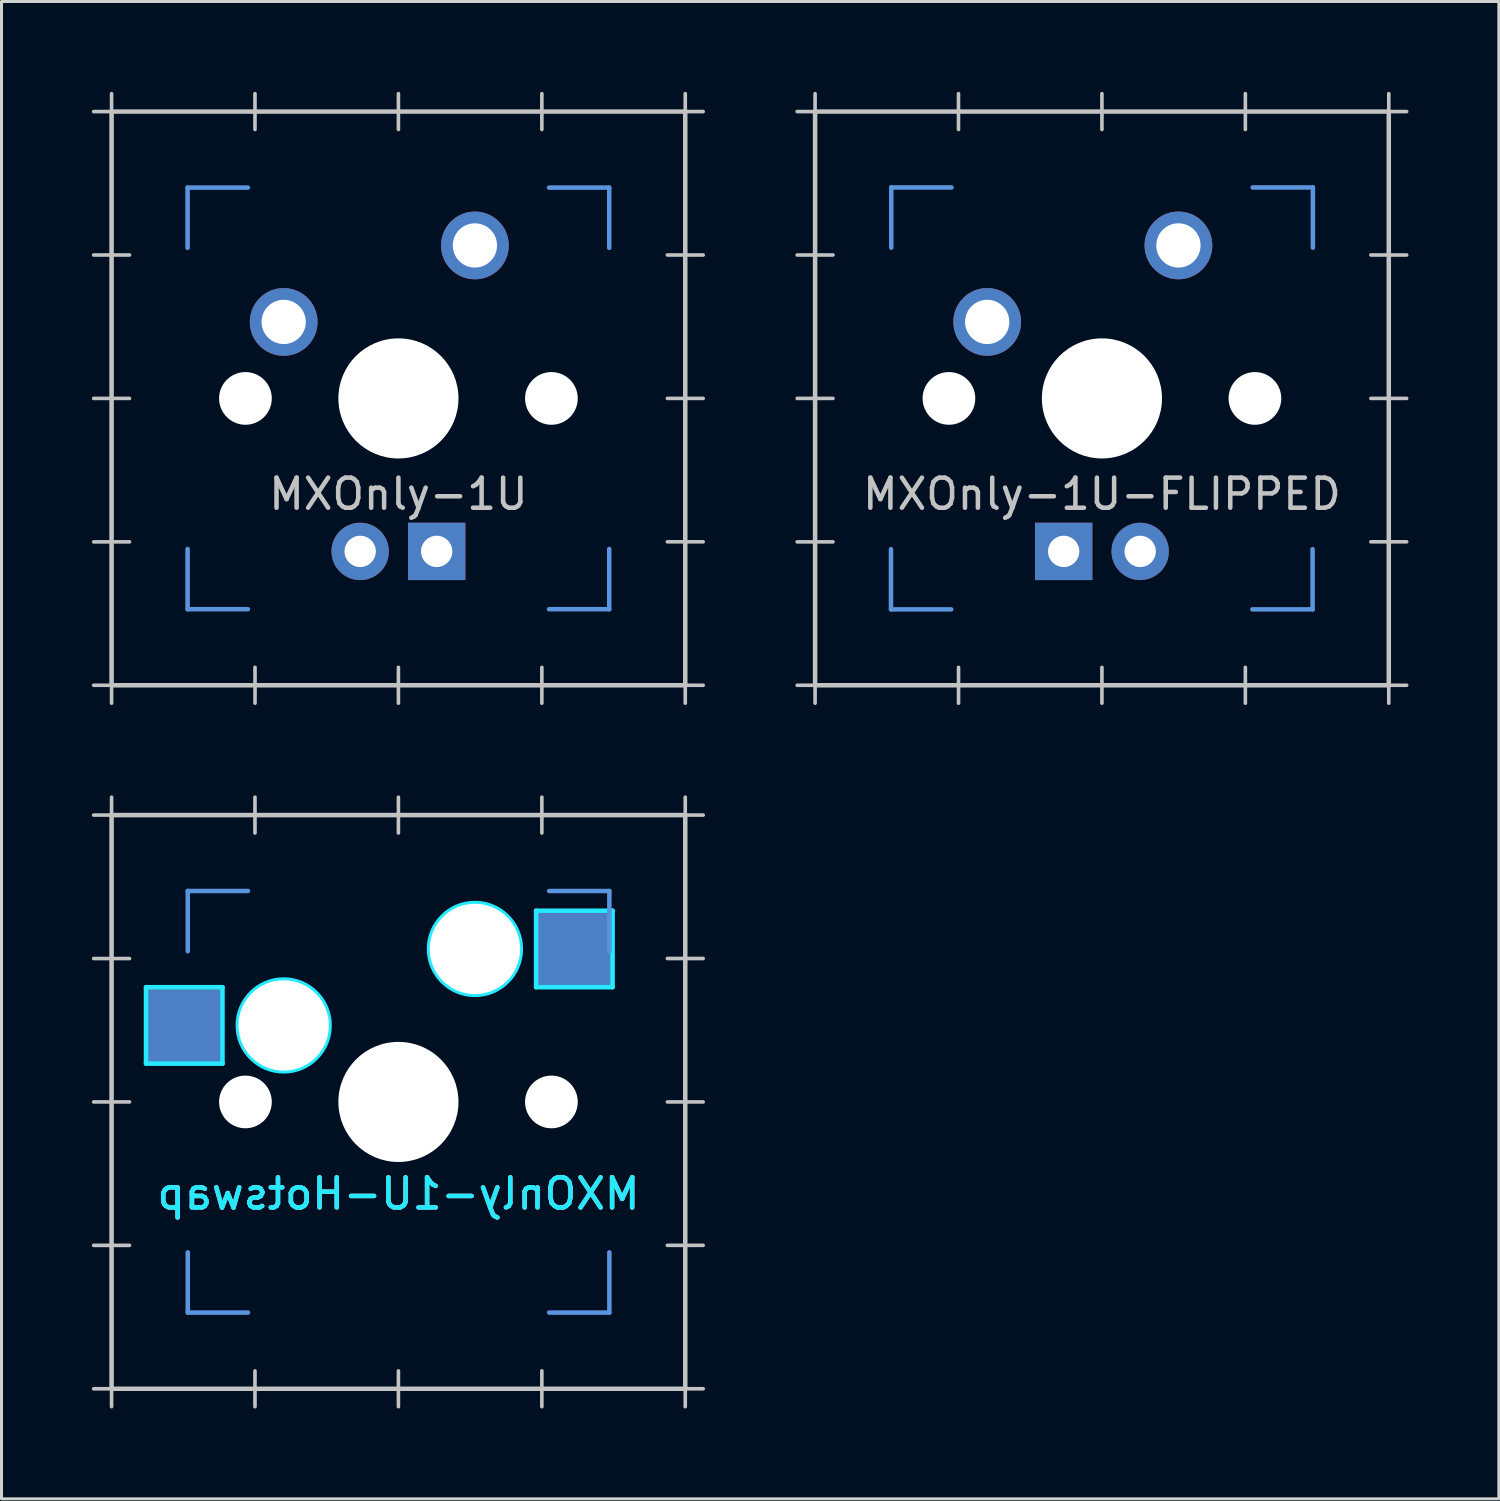
<source format=kicad_pcb>
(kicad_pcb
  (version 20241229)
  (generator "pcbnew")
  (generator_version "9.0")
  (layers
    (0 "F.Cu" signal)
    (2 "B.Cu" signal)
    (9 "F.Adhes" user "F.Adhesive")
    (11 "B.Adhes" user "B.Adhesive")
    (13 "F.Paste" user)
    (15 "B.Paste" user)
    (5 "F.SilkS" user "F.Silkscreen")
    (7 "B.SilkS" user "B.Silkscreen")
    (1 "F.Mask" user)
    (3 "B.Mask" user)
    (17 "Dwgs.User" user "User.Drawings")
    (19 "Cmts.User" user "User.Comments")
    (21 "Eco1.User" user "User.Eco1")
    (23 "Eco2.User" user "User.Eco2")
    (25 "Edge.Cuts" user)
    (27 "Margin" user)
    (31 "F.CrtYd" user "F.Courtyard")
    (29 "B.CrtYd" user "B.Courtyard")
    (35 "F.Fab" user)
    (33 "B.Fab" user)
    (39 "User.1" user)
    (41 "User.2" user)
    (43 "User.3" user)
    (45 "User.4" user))
  (footprint "MXOnly-1U"
    (layer "F.Cu")
    (at 10.18 10.18)
    (property "Reference" "MXOnly-1U" (at 0 3.175 0) (layer "Dwgs.User") (effects (font (size 1 1) (thickness 0.15))))
    (attr through_hole)
    (fp_line (start -10.12 -9.525) (end -9.525 -9.525) (stroke (width 0.12) (type solid)) (layer "Dwgs.User"))
    (fp_line (start -10.12 0) (end -8.93 0) (stroke (width 0.12) (type solid)) (layer "Dwgs.User"))
    (fp_line (start -10.12 4.763) (end -8.93 4.763) (stroke (width 0.12) (type solid)) (layer "Dwgs.User"))
    (fp_line (start -10.12 9.525) (end -9.525 9.525) (stroke (width 0.12) (type solid)) (layer "Dwgs.User"))
    (fp_line (start -9.525 -10.12) (end -9.525 -9.525) (stroke (width 0.12) (type solid)) (layer "Dwgs.User"))
    (fp_line (start -9.525 -9.525) (end 9.525 -9.525) (stroke (width 0.15) (type solid)) (layer "Dwgs.User"))
    (fp_line (start -9.525 9.525) (end -9.525 -9.525) (stroke (width 0.15) (type solid)) (layer "Dwgs.User"))
    (fp_line (start -9.525 10.12) (end -9.525 9.525) (stroke (width 0.12) (type solid)) (layer "Dwgs.User"))
    (fp_line (start -8.93 -4.763) (end -10.12 -4.763) (stroke (width 0.12) (type solid)) (layer "Dwgs.User"))
    (fp_line (start -4.763 -10.12) (end -4.763 -8.93) (stroke (width 0.12) (type solid)) (layer "Dwgs.User"))
    (fp_line (start -4.762 8.93) (end -4.762 10.12) (stroke (width 0.12) (type solid)) (layer "Dwgs.User"))
    (fp_line (start 0 -10.12) (end 0 -8.93) (stroke (width 0.12) (type solid)) (layer "Dwgs.User"))
    (fp_line (start 0.000008 10.12) (end 0.000008 8.93) (stroke (width 0.12) (type solid)) (layer "Dwgs.User"))
    (fp_line (start 4.763 -8.93) (end 4.763 -10.12) (stroke (width 0.12) (type solid)) (layer "Dwgs.User"))
    (fp_line (start 4.763 10.12) (end 4.763 8.93) (stroke (width 0.12) (type solid)) (layer "Dwgs.User"))
    (fp_line (start 8.93 4.762) (end 10.12 4.762) (stroke (width 0.12) (type solid)) (layer "Dwgs.User"))
    (fp_line (start 9.525 -9.525) (end 9.525 9.525) (stroke (width 0.15) (type solid)) (layer "Dwgs.User"))
    (fp_line (start 9.525 9.525) (end -9.525 9.525) (stroke (width 0.15) (type solid)) (layer "Dwgs.User"))
    (fp_line (start 9.525 -10.12) (end 9.525 -9.525) (stroke (width 0.12) (type solid)) (layer "Dwgs.User"))
    (fp_line (start 9.525 10.12) (end 9.525 9.525) (stroke (width 0.12) (type solid)) (layer "Dwgs.User"))
    (fp_line (start 10.12 -9.525) (end 9.525 -9.525) (stroke (width 0.12) (type solid)) (layer "Dwgs.User"))
    (fp_line (start 10.12 -4.763) (end 8.93 -4.763) (stroke (width 0.12) (type solid)) (layer "Dwgs.User"))
    (fp_line (start 10.12 -0.000008) (end 8.93 -0.000008) (stroke (width 0.12) (type solid)) (layer "Dwgs.User"))
    (fp_line (start 10.12 9.525) (end 9.525 9.525) (stroke (width 0.12) (type solid)) (layer "Dwgs.User"))
    (fp_line (start -7 -7) (end -7 -5) (stroke (width 0.15) (type solid)) (layer "Cmts.User"))
    (fp_line (start -7 7) (end -7 5) (stroke (width 0.15) (type solid)) (layer "Cmts.User"))
    (fp_line (start -5 -7) (end -7 -7) (stroke (width 0.15) (type solid)) (layer "Cmts.User"))
    (fp_line (start -5 7) (end -7 7) (stroke (width 0.15) (type solid)) (layer "Cmts.User"))
    (fp_line (start 5 -7) (end 7 -7) (stroke (width 0.15) (type solid)) (layer "Cmts.User"))
    (fp_line (start 7 -7) (end 7 -5) (stroke (width 0.15) (type solid)) (layer "Cmts.User"))
    (fp_line (start 7 5) (end 7 7) (stroke (width 0.15) (type solid)) (layer "Cmts.User"))
    (fp_line (start 7 7) (end 5 7) (stroke (width 0.15) (type solid)) (layer "Cmts.User"))
    (pad "" np_thru_hole circle (at -5.08 0 48.1) (size 1.75 1.75) (drill 1.75) (layers "*.Cu" "*.Mask"))
    (pad "" np_thru_hole circle (at 0 0) (size 3.988 3.988) (drill 3.988) (layers "*.Cu" "*.Mask"))
    (pad "" np_thru_hole circle (at 5.08 0 48.1) (size 1.75 1.75) (drill 1.75) (layers "*.Cu" "*.Mask"))
    (pad "1" thru_hole circle (at -3.81 -2.54) (size 2.25 2.25) (drill 1.47) (layers "*.Cu" "B.Mask"))
    (pad "2" thru_hole circle (at 2.54 -5.08) (size 2.25 2.25) (drill 1.47) (layers "*.Cu" "B.Mask"))
    (pad "3" thru_hole circle (at -1.27 5.08) (size 1.905 1.905) (drill 1.04) (layers "*.Cu" "B.Mask"))
    (pad "4" thru_hole rect (at 1.27 5.08) (size 1.905 1.905) (drill 1.04) (layers "*.Cu" "B.Mask")))
  (footprint "MXOnly-1U-FLIPPED"
    (layer "F.Cu")
    (at 33.541 10.18)
    (property "Reference" "MXOnly-1U-FLIPPED" (at 0 3.175 0) (layer "Dwgs.User") (effects (font (size 1 1) (thickness 0.15))))
    (attr through_hole)
    (fp_line (start -10.12 -9.525) (end -9.525 -9.525) (stroke (width 0.12) (type solid)) (layer "Dwgs.User"))
    (fp_line (start -10.12 0.000008) (end -8.93 0.000008) (stroke (width 0.12) (type solid)) (layer "Dwgs.User"))
    (fp_line (start -10.12 4.763) (end -8.93 4.763) (stroke (width 0.12) (type solid)) (layer "Dwgs.User"))
    (fp_line (start -10.12 9.525) (end -9.525 9.525) (stroke (width 0.12) (type solid)) (layer "Dwgs.User"))
    (fp_line (start -9.525 -10.12) (end -9.525 -9.525) (stroke (width 0.12) (type solid)) (layer "Dwgs.User"))
    (fp_line (start -9.525 -9.525) (end 9.525 -9.525) (stroke (width 0.15) (type solid)) (layer "Dwgs.User"))
    (fp_line (start -9.525 9.525) (end -9.525 -9.525) (stroke (width 0.15) (type solid)) (layer "Dwgs.User"))
    (fp_line (start -9.525 10.12) (end -9.525 9.525) (stroke (width 0.12) (type solid)) (layer "Dwgs.User"))
    (fp_line (start -8.93 -4.762) (end -10.12 -4.762) (stroke (width 0.12) (type solid)) (layer "Dwgs.User"))
    (fp_line (start -4.763 -10.12) (end -4.763 -8.93) (stroke (width 0.12) (type solid)) (layer "Dwgs.User"))
    (fp_line (start -4.762 8.93) (end -4.762 10.12) (stroke (width 0.12) (type solid)) (layer "Dwgs.User"))
    (fp_line (start 0 -10.12) (end 0 -8.93) (stroke (width 0.12) (type solid)) (layer "Dwgs.User"))
    (fp_line (start 0.000008 10.12) (end 0.000008 8.93) (stroke (width 0.12) (type solid)) (layer "Dwgs.User"))
    (fp_line (start 4.763 -8.93) (end 4.763 -10.12) (stroke (width 0.12) (type solid)) (layer "Dwgs.User"))
    (fp_line (start 4.763 10.12) (end 4.763 8.93) (stroke (width 0.12) (type solid)) (layer "Dwgs.User"))
    (fp_line (start 8.93 4.762) (end 10.12 4.762) (stroke (width 0.12) (type solid)) (layer "Dwgs.User"))
    (fp_line (start 9.525 -9.525) (end 9.525 9.525) (stroke (width 0.15) (type solid)) (layer "Dwgs.User"))
    (fp_line (start 9.525 9.525) (end -9.525 9.525) (stroke (width 0.15) (type solid)) (layer "Dwgs.User"))
    (fp_line (start 9.525 -10.12) (end 9.525 -9.525) (stroke (width 0.12) (type solid)) (layer "Dwgs.User"))
    (fp_line (start 9.525 10.12) (end 9.525 9.525) (stroke (width 0.12) (type solid)) (layer "Dwgs.User"))
    (fp_line (start 10.12 -9.525) (end 9.525 -9.525) (stroke (width 0.12) (type solid)) (layer "Dwgs.User"))
    (fp_line (start 10.12 -4.763) (end 8.93 -4.763) (stroke (width 0.12) (type solid)) (layer "Dwgs.User"))
    (fp_line (start 10.12 -0.000008) (end 8.93 -0.000008) (stroke (width 0.12) (type solid)) (layer "Dwgs.User"))
    (fp_line (start 10.12 9.525) (end 9.525 9.525) (stroke (width 0.12) (type solid)) (layer "Dwgs.User"))
    (fp_line (start -7.005 7.005) (end -7.005 5.005) (stroke (width 0.15) (type solid)) (layer "Cmts.User"))
    (fp_line (start -6.995 -7.005) (end -6.995 -5.005) (stroke (width 0.15) (type solid)) (layer "Cmts.User"))
    (fp_line (start -5.005 7.005) (end -7.005 7.005) (stroke (width 0.15) (type solid)) (layer "Cmts.User"))
    (fp_line (start -4.995 -7.005) (end -6.995 -7.005) (stroke (width 0.15) (type solid)) (layer "Cmts.User"))
    (fp_line (start 4.995 7.005) (end 6.995 7.005) (stroke (width 0.15) (type solid)) (layer "Cmts.User"))
    (fp_line (start 5.005 -7.005) (end 7.005 -7.005) (stroke (width 0.15) (type solid)) (layer "Cmts.User"))
    (fp_line (start 6.995 7.005) (end 6.995 5.005) (stroke (width 0.15) (type solid)) (layer "Cmts.User"))
    (fp_line (start 7.005 -7.005) (end 7.005 -5.005) (stroke (width 0.15) (type solid)) (layer "Cmts.User"))
    (pad "" np_thru_hole circle (at -5.08 0 48.1) (size 1.75 1.75) (drill 1.75) (layers "*.Cu" "*.Mask"))
    (pad "" np_thru_hole circle (at 0 0) (size 3.988 3.988) (drill 3.988) (layers "*.Cu" "*.Mask"))
    (pad "" np_thru_hole circle (at 5.08 0 48.1) (size 1.75 1.75) (drill 1.75) (layers "*.Cu" "*.Mask"))
    (pad "1" thru_hole circle (at -3.81 -2.54) (size 2.25 2.25) (drill 1.47) (layers "*.Cu" "B.Mask"))
    (pad "2" thru_hole circle (at 2.54 -5.08) (size 2.25 2.25) (drill 1.47) (layers "*.Cu" "B.Mask"))
    (pad "3" thru_hole circle (at 1.27 5.08) (size 1.905 1.905) (drill 1.04) (layers "*.Cu" "B.Mask"))
    (pad "4" thru_hole rect (at -1.27 5.08) (size 1.905 1.905) (drill 1.04) (layers "*.Cu" "B.Mask")))
  (footprint "MXOnly-1U-Hotswap"
    (layer "F.Cu")
    (at 10.18 33.541)
    (property "Reference" "MXOnly-1U-Hotswap" (at 0 3.048 0) (layer "B.CrtYd") (effects (font (size 1 1) (thickness 0.15)) (justify mirror)))
    (attr smd)
    (fp_line (start -10.12 -9.525) (end -9.525 -9.525) (stroke (width 0.12) (type solid)) (layer "Dwgs.User"))
    (fp_line (start -10.12 0.000008) (end -8.93 0.000008) (stroke (width 0.12) (type solid)) (layer "Dwgs.User"))
    (fp_line (start -10.12 4.763) (end -8.93 4.763) (stroke (width 0.12) (type solid)) (layer "Dwgs.User"))
    (fp_line (start -10.12 9.525) (end -9.525 9.525) (stroke (width 0.12) (type solid)) (layer "Dwgs.User"))
    (fp_line (start -9.525 -10.12) (end -9.525 -9.525) (stroke (width 0.12) (type solid)) (layer "Dwgs.User"))
    (fp_line (start -9.525 10.12) (end -9.525 9.525) (stroke (width 0.12) (type solid)) (layer "Dwgs.User"))
    (fp_line (start -9.525 -9.525) (end 9.525 -9.525) (stroke (width 0.15) (type solid)) (layer "Dwgs.User"))
    (fp_line (start -9.525 9.525) (end -9.525 -9.525) (stroke (width 0.15) (type solid)) (layer "Dwgs.User"))
    (fp_line (start -8.93 -4.762) (end -10.12 -4.762) (stroke (width 0.12) (type solid)) (layer "Dwgs.User"))
    (fp_line (start -4.763 -10.12) (end -4.763 -8.93) (stroke (width 0.12) (type solid)) (layer "Dwgs.User"))
    (fp_line (start -4.763 8.93) (end -4.763 10.12) (stroke (width 0.12) (type solid)) (layer "Dwgs.User"))
    (fp_line (start 0 -10.12) (end 0 -8.93) (stroke (width 0.12) (type solid)) (layer "Dwgs.User"))
    (fp_line (start 0 10.12) (end 0 8.93) (stroke (width 0.12) (type solid)) (layer "Dwgs.User"))
    (fp_line (start 4.763 -8.93) (end 4.763 -10.12) (stroke (width 0.12) (type solid)) (layer "Dwgs.User"))
    (fp_line (start 4.763 10.12) (end 4.763 8.93) (stroke (width 0.12) (type solid)) (layer "Dwgs.User"))
    (fp_line (start 8.93 4.762) (end 10.12 4.762) (stroke (width 0.12) (type solid)) (layer "Dwgs.User"))
    (fp_line (start 9.525 -9.525) (end 9.525 9.525) (stroke (width 0.15) (type solid)) (layer "Dwgs.User"))
    (fp_line (start 9.525 9.525) (end -9.525 9.525) (stroke (width 0.15) (type solid)) (layer "Dwgs.User"))
    (fp_line (start 9.525 -10.12) (end 9.525 -9.525) (stroke (width 0.12) (type solid)) (layer "Dwgs.User"))
    (fp_line (start 9.525 10.12) (end 9.525 9.525) (stroke (width 0.12) (type solid)) (layer "Dwgs.User"))
    (fp_line (start 10.12 -9.525) (end 9.525 -9.525) (stroke (width 0.12) (type solid)) (layer "Dwgs.User"))
    (fp_line (start 10.12 -4.763) (end 8.93 -4.763) (stroke (width 0.12) (type solid)) (layer "Dwgs.User"))
    (fp_line (start 10.12 -0.000008) (end 8.93 -0.000008) (stroke (width 0.12) (type solid)) (layer "Dwgs.User"))
    (fp_line (start 10.12 9.525) (end 9.525 9.525) (stroke (width 0.12) (type solid)) (layer "Dwgs.User"))
    (fp_line (start -6.995 -7.005) (end -6.995 -5.005) (stroke (width 0.15) (type solid)) (layer "Cmts.User"))
    (fp_line (start -6.995 6.995) (end -6.995 4.995) (stroke (width 0.15) (type solid)) (layer "Cmts.User"))
    (fp_line (start -4.995 -7.005) (end -6.995 -7.005) (stroke (width 0.15) (type solid)) (layer "Cmts.User"))
    (fp_line (start -4.995 6.995) (end -6.995 6.995) (stroke (width 0.15) (type solid)) (layer "Cmts.User"))
    (fp_line (start 5.005 -7.005) (end 7.005 -7.005) (stroke (width 0.15) (type solid)) (layer "Cmts.User"))
    (fp_line (start 5.005 6.995) (end 7.005 6.995) (stroke (width 0.15) (type solid)) (layer "Cmts.User"))
    (fp_line (start 7.005 -7.005) (end 7.005 -5.005) (stroke (width 0.15) (type solid)) (layer "Cmts.User"))
    (fp_line (start 7.005 6.995) (end 7.005 4.995) (stroke (width 0.15) (type solid)) (layer "Cmts.User"))
    (fp_line (start -8.382 -3.81) (end -8.382 -1.27) (stroke (width 0.15) (type solid)) (layer "B.CrtYd"))
    (fp_line (start -8.382 -1.27) (end -5.842 -1.27) (stroke (width 0.15) (type solid)) (layer "B.CrtYd"))
    (fp_line (start -5.842 -3.81) (end -8.382 -3.81) (stroke (width 0.15) (type solid)) (layer "B.CrtYd"))
    (fp_line (start -5.842 -1.27) (end -5.842 -3.81) (stroke (width 0.15) (type solid)) (layer "B.CrtYd"))
    (fp_line (start 4.572 -6.35) (end 7.112 -6.35) (stroke (width 0.15) (type solid)) (layer "B.CrtYd"))
    (fp_line (start 4.572 -3.81) (end 4.572 -6.35) (stroke (width 0.15) (type solid)) (layer "B.CrtYd"))
    (fp_line (start 7.112 -6.35) (end 7.112 -3.81) (stroke (width 0.15) (type solid)) (layer "B.CrtYd"))
    (fp_line (start 7.112 -3.81) (end 4.572 -3.81) (stroke (width 0.15) (type solid)) (layer "B.CrtYd"))
    (fp_circle (center -3.81 -2.54) (end -3.81 -4.064) (stroke (width 0.15) (type solid)) (fill no) (layer "B.CrtYd"))
    (fp_circle (center 2.54 -5.08) (end 2.54 -6.604) (stroke (width 0.15) (type solid)) (fill no) (layer "B.CrtYd"))
    (fp_text user "${REFERENCE}" (at 0 3.048 0) (layer "B.SilkS") (effects (font (size 1 1) (thickness 0.15)) (justify mirror)))
    (pad "" np_thru_hole circle (at -5.08 0 48.1) (size 1.75 1.75) (drill 1.75) (layers "*.Cu" "*.Mask"))
    (pad "" np_thru_hole circle (at -3.81 -2.54) (size 3 3) (drill 3) (layers "*.Cu" "*.Mask"))
    (pad "" np_thru_hole circle (at 0 0) (size 3.988 3.988) (drill 3.988) (layers "*.Cu" "*.Mask"))
    (pad "" np_thru_hole circle (at 2.54 -5.08) (size 3 3) (drill 3) (layers "*.Cu" "*.Mask"))
    (pad "" np_thru_hole circle (at 5.08 0 48.1) (size 1.75 1.75) (drill 1.75) (layers "*.Cu" "*.Mask"))
    (pad "1" smd rect (at -7.085 -2.54) (size 2.55 2.5) (layers "B.Cu" "B.Mask" "B.Paste"))
    (pad "2" smd rect (at 5.842 -5.08) (size 2.55 2.5) (layers "B.Cu" "B.Mask" "B.Paste")))
  (gr_rect
    (start -3 -3)
    (end 46.721 46.721)
    (stroke (width 0.1) (type default))
    (fill no)
    (layer "Edge.Cuts")))
</source>
